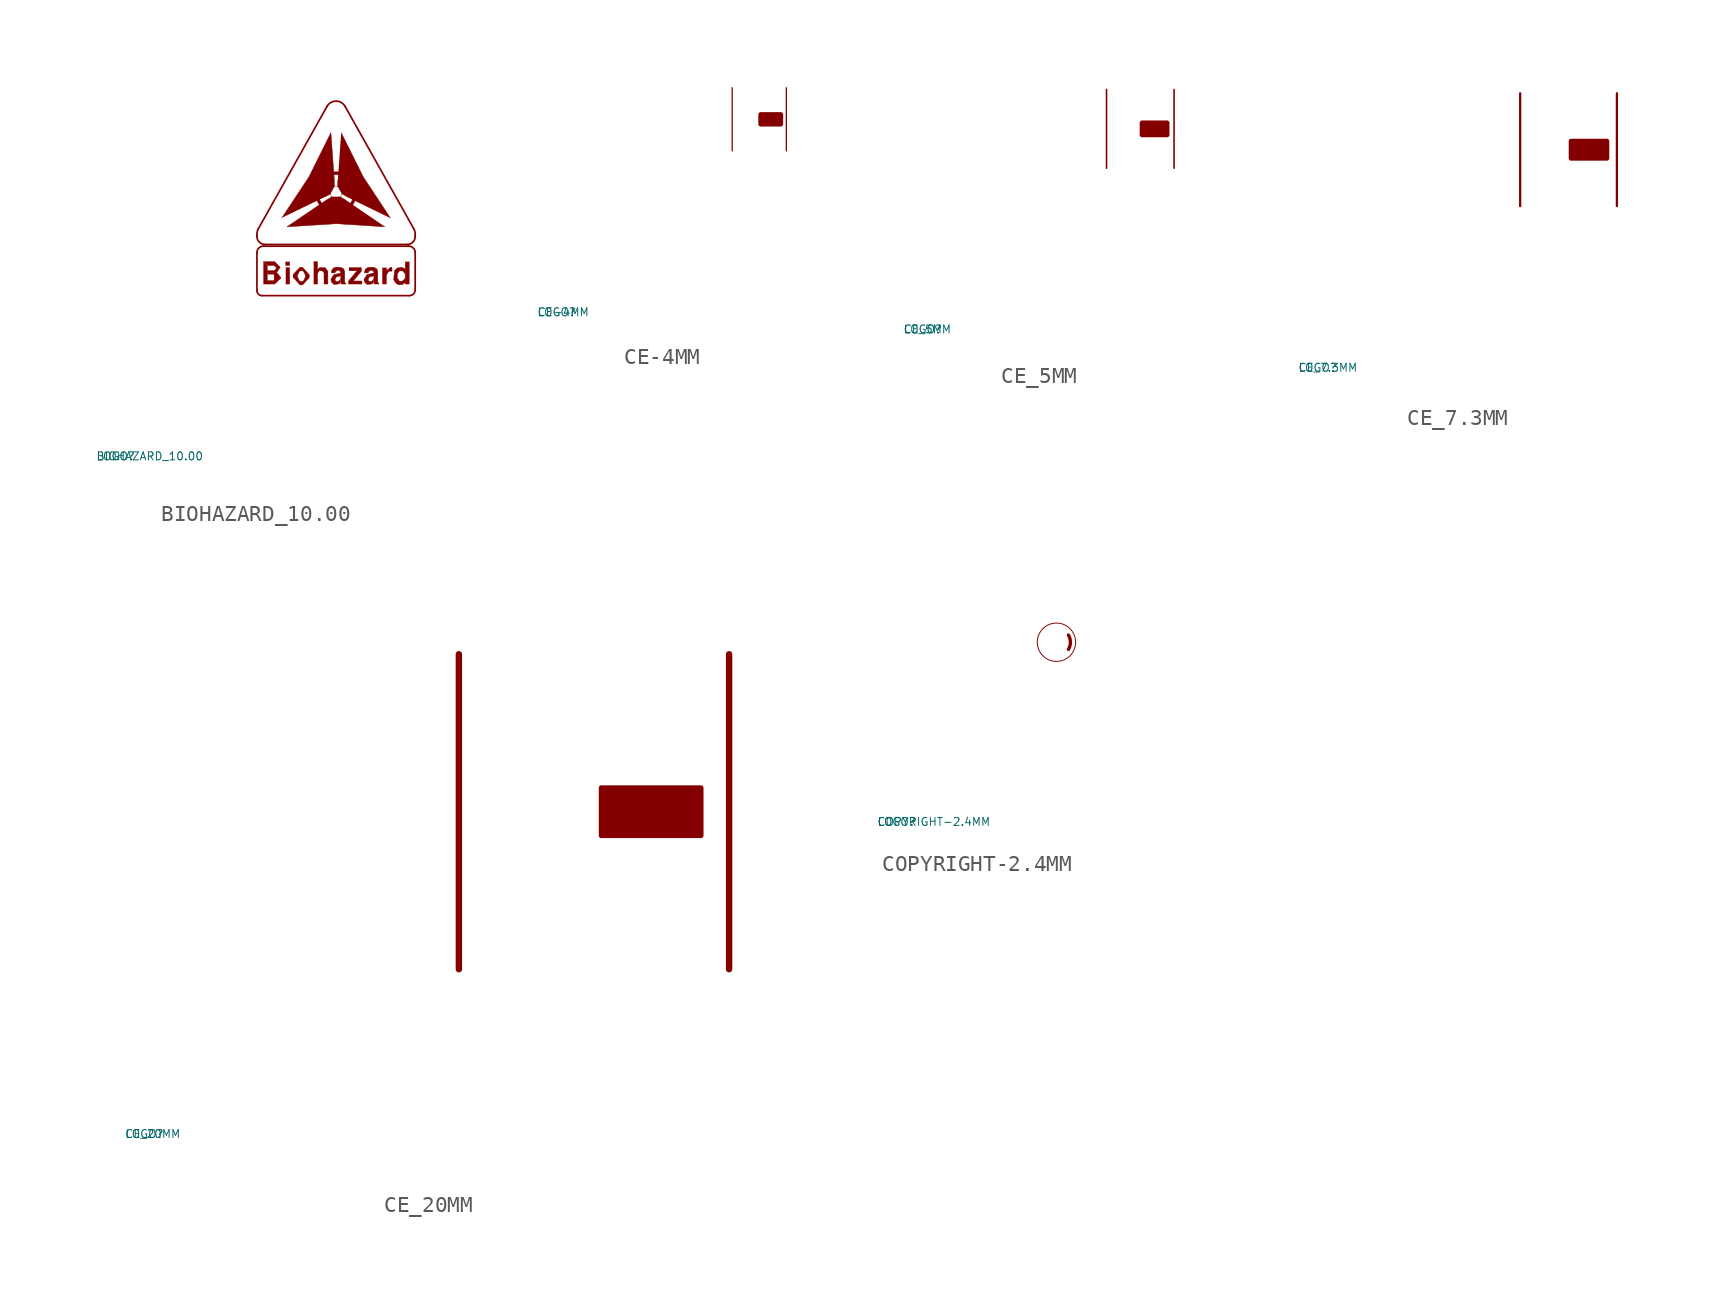
<source format=kicad_sym>
(kicad_symbol_lib
  (version 20220914)
  (generator Eagle2Kicad)
  (symbol "BIOHAZARD_10.00"
    (property "Reference" "LOGO"
      (at -10 -10 0)
      (effects (font (size 0.5 0.5) (thickness 0.06)) (justify left)))
    (property "Value" "BIOHAZARD_10.00"
      (at -10 -10 0)
      (effects (font (size 0.5 0.5) (thickness 0.06)) (justify left)))
    (polyline
      (pts (xy 1.611 4.887) (xy 3.303 7.445) (xy 4.673 10.204) (xy 4.887 7.224) (xy 4.887 6.848) (xy 4.619 6.364) (xy 4.29 6.19))
      (stroke (width 0.027) (type default))
      (fill (type outline)))
    (polyline
      (pts (xy 8.056 4.324) (xy 4.995 4.518) (xy 1.933 4.324) (xy 4.397 6.002) (xy 4.723 6.191) (xy 5.263 6.19) (xy 5.592 6.002))
      (stroke (width 0.027) (type default))
      (fill (type outline)))
    (polyline
      (pts (xy 5.317 10.204) (xy 6.687 7.452) (xy 8.378 4.887) (xy 5.7 6.19) (xy 5.374 6.377) (xy 5.102 6.848) (xy 5.102 7.224))
      (stroke (width 0.027) (type default))
      (fill (type outline)))
    (polyline
      (pts (xy 5.948 7.774) (xy 5.707 7.586) (xy 4.277 7.586) (xy 4.042 7.781))
      (stroke (width 0.027) (type default))
      (fill (type outline)))
    (polyline
      (pts (xy 3.39 6.646) (xy 3.674 6.531) (xy 4.389 5.293) (xy 4.338 4.992))
      (stroke (width 0.027) (type default))
      (fill (type outline)))
    (polyline
      (pts (xy 5.646 4.995) (xy 5.604 5.298) (xy 6.319 6.537) (xy 6.605 6.643))
      (stroke (width 0.027) (type default))
      (fill (type outline)))
    (polyline
      (pts (xy 0.457 2.148) (xy 1.155 2.148) (xy 1.504 1.799) (xy 1.289 1.477) (xy 0.698 1.477) (xy 0.698 1.584) (xy 1.128 1.584) (xy 1.289 1.746) (xy 1.128 1.907) (xy 0.725 1.907))
      (stroke (width 0.027) (type default))
      (fill (type outline)))
    (polyline
      (pts (xy 0.457 0.752) (xy 1.155 0.752) (xy 1.558 1.128) (xy 1.289 1.477) (xy 0.698 1.477) (xy 0.698 1.37) (xy 1.128 1.37) (xy 1.128 0.967) (xy 0.698 0.967) (xy 0.698 1.37) (xy 0.671 1.37) (xy 0.698 1.584) (xy 0.698 1.907) (xy 0.457 2.148))
      (stroke (width 0.027) (type default))
      (fill (type outline)))
    (polyline
      (pts (xy 2.309 1.262) (xy 2.578 1.262) (xy 2.578 1.289) (xy 2.712 1.558) (xy 2.766 1.584) (xy 2.9 1.584) (xy 2.954 1.558) (xy 3.088 1.289) (xy 3.088 1.262) (xy 3.33 1.262) (xy 3.33 1.316) (xy 2.9 1.799) (xy 2.739 1.799) (xy 2.309 1.343))
      (stroke (width 0.027) (type default))
      (fill (type outline)))
    (polyline
      (pts (xy 3.33 1.262) (xy 3.088 1.262) (xy 3.088 1.208) (xy 2.954 0.94) (xy 2.9 0.913) (xy 2.766 0.913) (xy 2.712 0.94) (xy 2.578 1.208) (xy 2.578 1.262) (xy 2.309 1.262) (xy 2.309 1.182) (xy 2.739 0.698) (xy 2.9 0.698) (xy 3.33 1.155))
      (stroke (width 0.027) (type default))
      (fill (type outline)))
    (polyline
      (pts (xy 3.598 0.752) (xy 3.84 0.752) (xy 3.84 1.423) (xy 3.947 1.584) (xy 4.136 1.584) (xy 4.243 1.45) (xy 4.243 0.752) (xy 4.485 0.752) (xy 4.485 1.531) (xy 4.324 1.772) (xy 3.974 1.772) (xy 3.84 1.665) (xy 3.84 2.148) (xy 3.598 2.148))
      (stroke (width 0.027) (type default))
      (fill (type outline)))
    (polyline
      (pts (xy 4.941 1.45) (xy 4.699 1.45) (xy 4.699 1.504) (xy 4.753 1.665) (xy 4.834 1.746) (xy 4.968 1.799) (xy 5.29 1.799) (xy 5.478 1.692) (xy 5.532 1.531) (xy 5.532 0.913) (xy 5.532 0.886) (xy 5.612 0.752) (xy 5.344 0.752) (xy 5.29 0.806) (xy 5.29 1.45) (xy 5.29 1.504) (xy 5.183 1.611) (xy 5.075 1.611) (xy 4.968 1.531))
      (stroke (width 0.027) (type default))
      (fill (type outline)))
    (polyline
      (pts (xy 5.29 1.074) (xy 5.21 0.967) (xy 5.049 0.886) (xy 4.914 0.994) (xy 4.995 1.182) (xy 5.156 1.235) (xy 5.29 1.262) (xy 5.29 1.45) (xy 5.27 1.437) (xy 5.082 1.39) (xy 4.861 1.343) (xy 4.673 1.047) (xy 4.699 0.886) (xy 4.861 0.725) (xy 5.129 0.752) (xy 5.263 0.833))
      (stroke (width 0.027) (type default))
      (fill (type outline)))
    (polyline
      (pts (xy 5.801 1.772) (xy 6.579 1.772) (xy 6.579 1.558) (xy 6.069 0.94) (xy 6.606 0.94) (xy 6.606 0.752) (xy 5.774 0.752) (xy 5.774 0.94) (xy 6.311 1.584) (xy 5.801 1.584))
      (stroke (width 0.027) (type default))
      (fill (type outline)))
    (polyline
      (pts (xy 7.009 1.45) (xy 6.767 1.45) (xy 6.767 1.504) (xy 6.821 1.665) (xy 6.902 1.746) (xy 7.036 1.799) (xy 7.358 1.799) (xy 7.546 1.692) (xy 7.6 1.531) (xy 7.6 0.913) (xy 7.6 0.886) (xy 7.68 0.752) (xy 7.412 0.752) (xy 7.358 0.806) (xy 7.358 1.45) (xy 7.358 1.504) (xy 7.251 1.611) (xy 7.143 1.611) (xy 7.036 1.531))
      (stroke (width 0.027) (type default))
      (fill (type outline)))
    (polyline
      (pts (xy 7.358 1.074) (xy 7.277 0.967) (xy 7.116 0.886) (xy 6.982 0.994) (xy 7.063 1.182) (xy 7.224 1.235) (xy 7.358 1.262) (xy 7.358 1.45) (xy 7.338 1.437) (xy 7.15 1.39) (xy 6.928 1.343) (xy 6.74 1.047) (xy 6.767 0.886) (xy 6.928 0.725) (xy 7.197 0.752) (xy 7.331 0.833))
      (stroke (width 0.027) (type default))
      (fill (type outline)))
    (polyline
      (pts (xy 7.895 1.772) (xy 7.895 0.752) (xy 8.137 0.752) (xy 8.137 1.316) (xy 8.271 1.531) (xy 8.378 1.558) (xy 8.486 1.558) (xy 8.486 1.799) (xy 8.405 1.799) (xy 8.164 1.611) (xy 8.137 1.611) (xy 8.137 1.772))
      (stroke (width 0.027) (type default))
      (fill (type outline)))
    (polyline
      (pts (xy 9.291 1.692) (xy 9.265 1.719) (xy 9.104 1.799) (xy 8.808 1.746) (xy 8.647 1.584) (xy 8.593 1.02) (xy 8.754 0.779) (xy 8.942 0.698) (xy 9.157 0.725) (xy 9.291 0.833) (xy 9.318 0.833) (xy 9.318 1.101) (xy 9.291 1.101) (xy 9.265 1.047) (xy 9.104 0.913) (xy 8.942 0.94) (xy 8.808 1.155) (xy 8.835 1.423) (xy 8.969 1.584) (xy 9.184 1.558) (xy 9.291 1.396) (xy 9.318 1.396) (xy 9.318 1.692))
      (stroke (width 0.027) (type default))
      (fill (type outline)))
    (polyline
      (pts (xy 9.318 2.148) (xy 9.318 0.752) (xy 9.56 0.752) (xy 9.56 2.148))
      (stroke (width 0.027) (type default))
      (fill (type outline)))
    (polyline
      (pts (xy 1.853 0.752) (xy 2.095 0.752) (xy 2.095 1.772) (xy 1.853 1.772))
      (stroke (width 0.027) (type default))
      (fill (type outline)))
    (polyline
      (pts (xy 1.853 2.148) (xy 1.853 1.907) (xy 2.095 1.907) (xy 2.095 2.148))
      (stroke (width 0.027) (type default))
      (fill (type outline)))
    (polyline
      (pts (xy 0.376 0.027) (xy 9.587 0.027))
      (stroke (width 0.107) (type default))
      (fill (type none)))
    (arc
      (start 9.5869 0.0269)
      (mid 9.834 0.129)
      (end 9.936 0.376)
      (stroke (width 0.1074) (type default))
      (fill (type none)))
    (polyline
      (pts (xy 9.936 0.376) (xy 9.936 2.712))
      (stroke (width 0.107) (type default))
      (fill (type none)))
    (arc
      (start 9.936 2.7123)
      (mid 9.818 2.997)
      (end 9.5332 3.1151)
      (stroke (width 0.1074) (type default))
      (fill (type none)))
    (polyline
      (pts (xy 9.533 3.115) (xy 0.457 3.115))
      (stroke (width 0.107) (type default))
      (fill (type none)))
    (arc
      (start 0.4565 3.1151)
      (mid 0.172 2.997)
      (end 0.0537 2.7123)
      (stroke (width 0.1074) (type default))
      (fill (type none)))
    (polyline
      (pts (xy 0.054 2.712) (xy 0.054 0.349))
      (stroke (width 0.107) (type default))
      (fill (type none)))
    (arc
      (start 0.0537 0.3491)
      (mid 0.148 0.121)
      (end 0.376 0.0269)
      (stroke (width 0.1074) (type default))
      (fill (type none)))
    (polyline
      (pts (xy 0.564 3.223) (xy 9.426 3.223))
      (stroke (width 0.107) (type default))
      (fill (type none)))
    (arc
      (start 9.4258 3.2225)
      (mid 9.781 3.359)
      (end 9.936 3.7059)
      (stroke (width 0.1074) (type default))
      (fill (type none)))
    (polyline
      (pts (xy 9.936 3.706) (xy 9.936 3.84))
      (stroke (width 0.107) (type default))
      (fill (type none)))
    (arc
      (start 9.936 3.8401)
      (mid 9.920 4.020)
      (end 9.8554 4.1892)
      (stroke (width 0.1074) (type default))
      (fill (type none)))
    (polyline
      (pts (xy 9.855 4.189) (xy 5.559 11.843))
      (stroke (width 0.107) (type default))
      (fill (type none)))
    (arc
      (start 5.5588 11.8426)
      (mid 4.995 12.173)
      (end 4.4309 11.8426)
      (stroke (width 0.1074) (type default))
      (fill (type none)))
    (arc
      (start 0.0537 3.7059)
      (mid 0.209 3.359)
      (end 0.5639 3.2225)
      (stroke (width 0.1074) (type default))
      (fill (type none)))
    (polyline
      (pts (xy 0.054 3.706) (xy 0.054 3.84))
      (stroke (width 0.107) (type default))
      (fill (type none)))
    (arc
      (start 0.1343 4.1892)
      (mid 0.070 4.020)
      (end 0.0537 3.8401)
      (stroke (width 0.1074) (type default))
      (fill (type none)))
    (polyline
      (pts (xy 0.134 4.189) (xy 4.431 11.843))
      (stroke (width 0.107) (type default))
      (fill (type none)))
    (circle
      (center 4.995 6.472)
      (radius 0.376)
      (stroke (width 0.027) (type default))
      (fill (type none))))
  (symbol "CE-4MM"
    (property "Reference" "LOGO"
      (at -10 -10 0)
      (effects (font (size 0.5 0.5) (thickness 0.06)) (justify left)))
    (property "Value" "CE-4MM"
      (at -10 -10 0)
      (effects (font (size 0.5 0.5) (thickness 0.06)) (justify left)))
    (polyline
      (pts (xy 2.18 0.6) (xy 2.18 0.06) (xy 2.18 4) (xy 2.18 3.46))
      (stroke (width 0.08) (type default))
      (fill (type outline)))
    (polyline
      (pts (xy 5.56 0.6) (xy 5.56 0.06) (xy 5.56 4) (xy 5.56 3.46))
      (stroke (width 0.08) (type default))
      (fill (type outline)))
    (rectangle
      (start 3.96 1.73)
      (end 5.21 2.33)
      (stroke (width 0.3) (type default))
      (fill (type outline))))
  (symbol "CE_5MM"
    (property "Reference" "LOGO"
      (at -10 -10 0)
      (effects (font (size 0.5 0.5) (thickness 0.06)) (justify left)))
    (property "Value" "CE_5MM"
      (at -10 -10 0)
      (effects (font (size 0.5 0.5) (thickness 0.06)) (justify left)))
    (polyline
      (pts (xy 2.725 0.75) (xy 2.725 0.075) (xy 2.725 5) (xy 2.725 4.325))
      (stroke (width 0.1) (type default))
      (fill (type outline)))
    (polyline
      (pts (xy 6.95 0.75) (xy 6.95 0.075) (xy 6.95 5) (xy 6.95 4.325))
      (stroke (width 0.1) (type default))
      (fill (type outline)))
    (rectangle
      (start 4.95 2.163)
      (end 6.513 2.913)
      (stroke (width 0.3) (type default))
      (fill (type outline))))
  (symbol "CE_7.3MM"
    (property "Reference" "LOGO"
      (at -10 -10 0)
      (effects (font (size 0.5 0.5) (thickness 0.06)) (justify left)))
    (property "Value" "CE_7.3MM"
      (at -10 -10 0)
      (effects (font (size 0.5 0.5) (thickness 0.06)) (justify left)))
    (polyline
      (pts (xy 3.904 1.075) (xy 3.904 0.107) (xy 3.904 7.163) (xy 3.904 6.196))
      (stroke (width 0.143) (type default))
      (fill (type outline)))
    (polyline
      (pts (xy 9.957 1.075) (xy 9.957 0.107) (xy 9.957 7.163) (xy 9.957 6.196))
      (stroke (width 0.143) (type default))
      (fill (type outline)))
    (rectangle
      (start 7.092 3.098)
      (end 9.33 4.173)
      (stroke (width 0.3) (type default))
      (fill (type outline))))
  (symbol "CE_20MM"
    (property "Reference" "LOGO"
      (at -10 -10 0)
      (effects (font (size 0.5 0.5) (thickness 0.06)) (justify left)))
    (property "Value" "CE_20MM"
      (at -10 -10 0)
      (effects (font (size 0.5 0.5) (thickness 0.06)) (justify left)))
    (polyline
      (pts (xy 10.9 3) (xy 10.9 0.3) (xy 10.9 20) (xy 10.9 17.3))
      (stroke (width 0.4) (type default))
      (fill (type outline)))
    (polyline
      (pts (xy 27.8 3) (xy 27.8 0.3) (xy 27.8 20) (xy 27.8 17.3))
      (stroke (width 0.4) (type default))
      (fill (type outline)))
    (rectangle
      (start 19.8 8.65)
      (end 26.05 11.65)
      (stroke (width 0.3) (type default))
      (fill (type outline))))
  (symbol "COPYRIGHT-2.4MM"
    (property "Reference" "LOGO"
      (at -10 -10 0)
      (effects (font (size 0.5 0.5) (thickness 0.06)) (justify left)))
    (property "Value" "COPYRIGHT-2.4MM"
      (at -10 -10 0)
      (effects (font (size 0.5 0.5) (thickness 0.06)) (justify left)))
    (arc
      (start 1.98825 0.78825)
      (mid 2.113 1.238)
      (end 1.98825 1.68825)
      (stroke (width 0.21) (type default))
      (fill (type none)))
    (circle
      (center 1.238 1.238)
      (radius 1.2)
      (stroke (width 0.06) (type default))
      (fill (type none)))))
</source>
